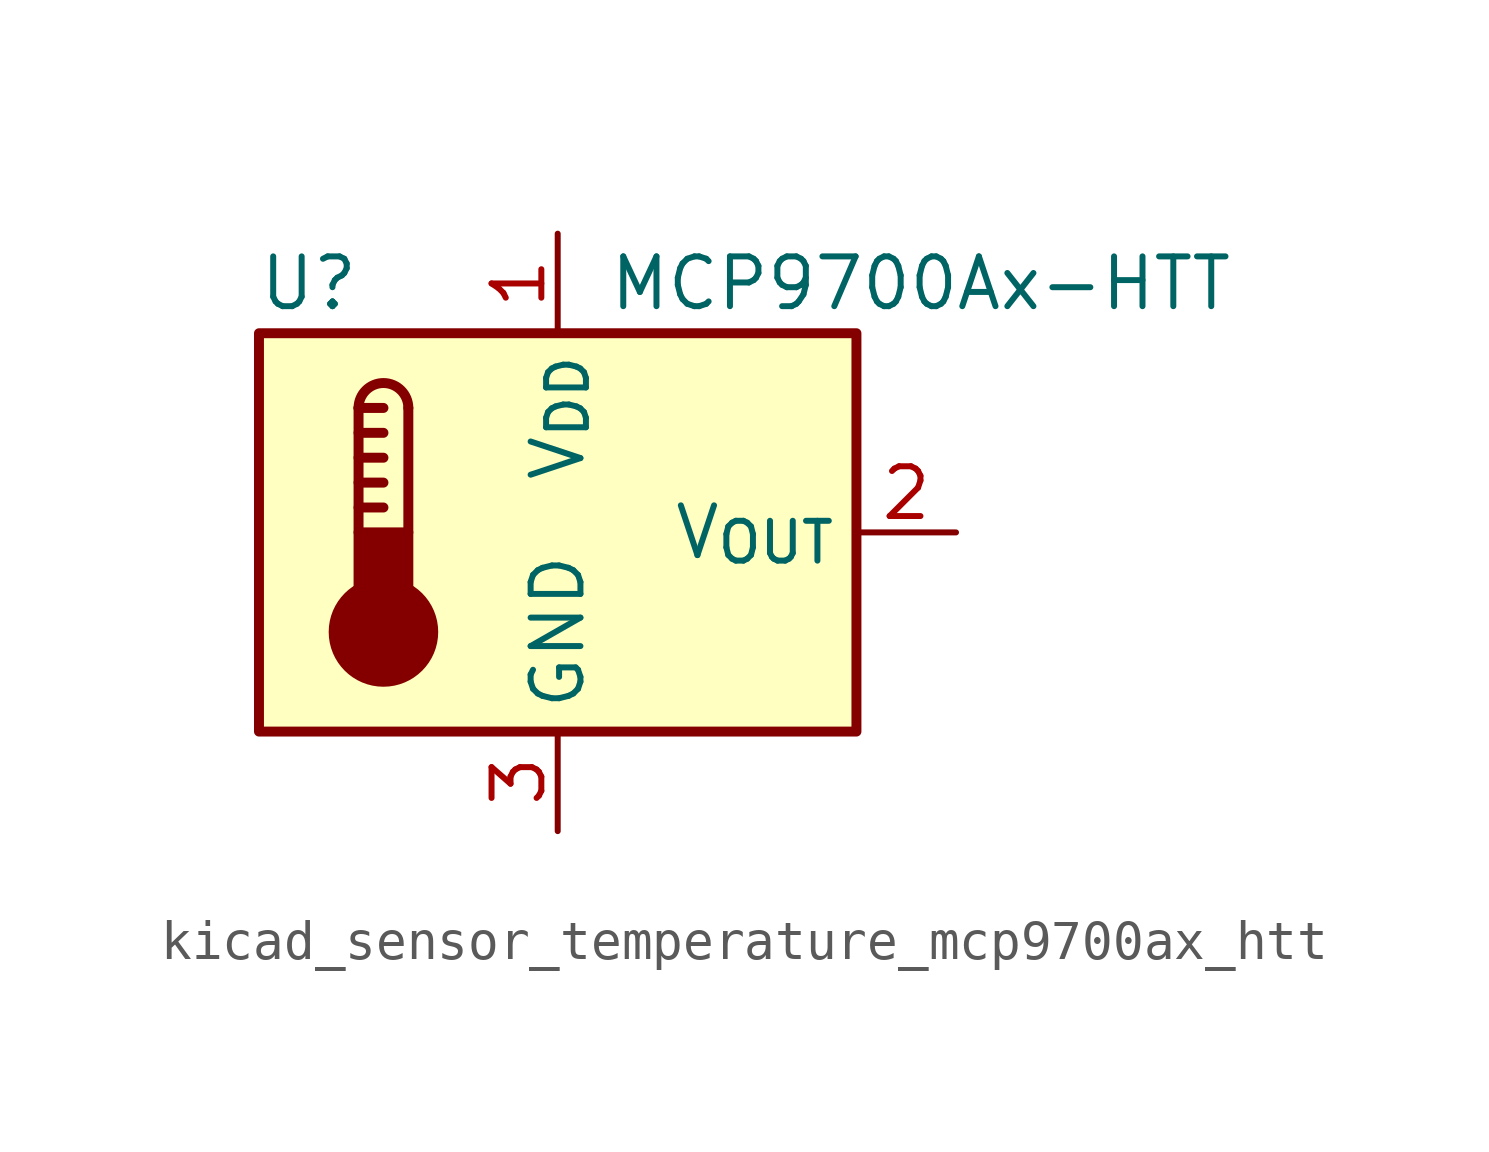
<source format=kicad_sym>
(kicad_symbol_lib
  (version 20220914)
  (generator kicad_symbol_editor)
  (symbol "kicad_sensor_temperature_mcp9700ax_htt"
    (property "Reference" "U"
      (at -6.35 6.35 0)
      (effects (font (size 1.27 1.27))))
    (property "Value" "MCP9700Ax-HTT"
      (at 1.27 6.35 0)
      (effects (font (size 1.27 1.27)) (justify left)))
    (symbol "kicad_sensor_temperature_mcp9700ax_htt_0_1"
      (rectangle (start -7.62 5.08) (end 7.62 -5.08) (stroke (width 0.254) (type default)) (fill (type background)))
      (circle (center -4.445 -2.54) (radius 1.27) (stroke (width 0.254) (type default)) (fill (type outline)))
      (rectangle (start -3.81 -1.905) (end -5.08 0) (stroke (width 0.254) (type default)) (fill (type outline)))
      (arc (start -3.81 3.175) (mid -4.445 3.8073) (end -5.08 3.175) (stroke (width 0.254) (type default)) (fill (type none)))
      (polyline (pts (xy -5.08 0.635) (xy -4.445 0.635)) (stroke (width 0.254) (type default)) (fill (type none)))
      (polyline (pts (xy -5.08 1.27) (xy -4.445 1.27)) (stroke (width 0.254) (type default)) (fill (type none)))
      (polyline (pts (xy -5.08 1.905) (xy -4.445 1.905)) (stroke (width 0.254) (type default)) (fill (type none)))
      (polyline (pts (xy -5.08 2.54) (xy -4.445 2.54)) (stroke (width 0.254) (type default)) (fill (type none)))
      (polyline (pts (xy -5.08 3.175) (xy -5.08 0)) (stroke (width 0.254) (type default)) (fill (type none)))
      (polyline (pts (xy -5.08 3.175) (xy -4.445 3.175)) (stroke (width 0.254) (type default)) (fill (type none)))
      (polyline (pts (xy -3.81 3.175) (xy -3.81 0)) (stroke (width 0.254) (type default)) (fill (type none))))
    (symbol "kicad_sensor_temperature_mcp9700ax_htt_1_1"
      (pin power_in line (at 0 7.62 270) (length 2.54) (name "V_{DD}" (effects (font (size 1.27 1.27)))) (number "1" (effects (font (size 1.27 1.27)))))
      (pin output line (at 10.16 0 180) (length 2.54) (name "V_{OUT}" (effects (font (size 1.27 1.27)))) (number "2" (effects (font (size 1.27 1.27)))))
      (pin power_in line (at 0 -7.62 90) (length 2.54) (name "GND" (effects (font (size 1.27 1.27)))) (number "3" (effects (font (size 1.27 1.27))))))))
</source>
